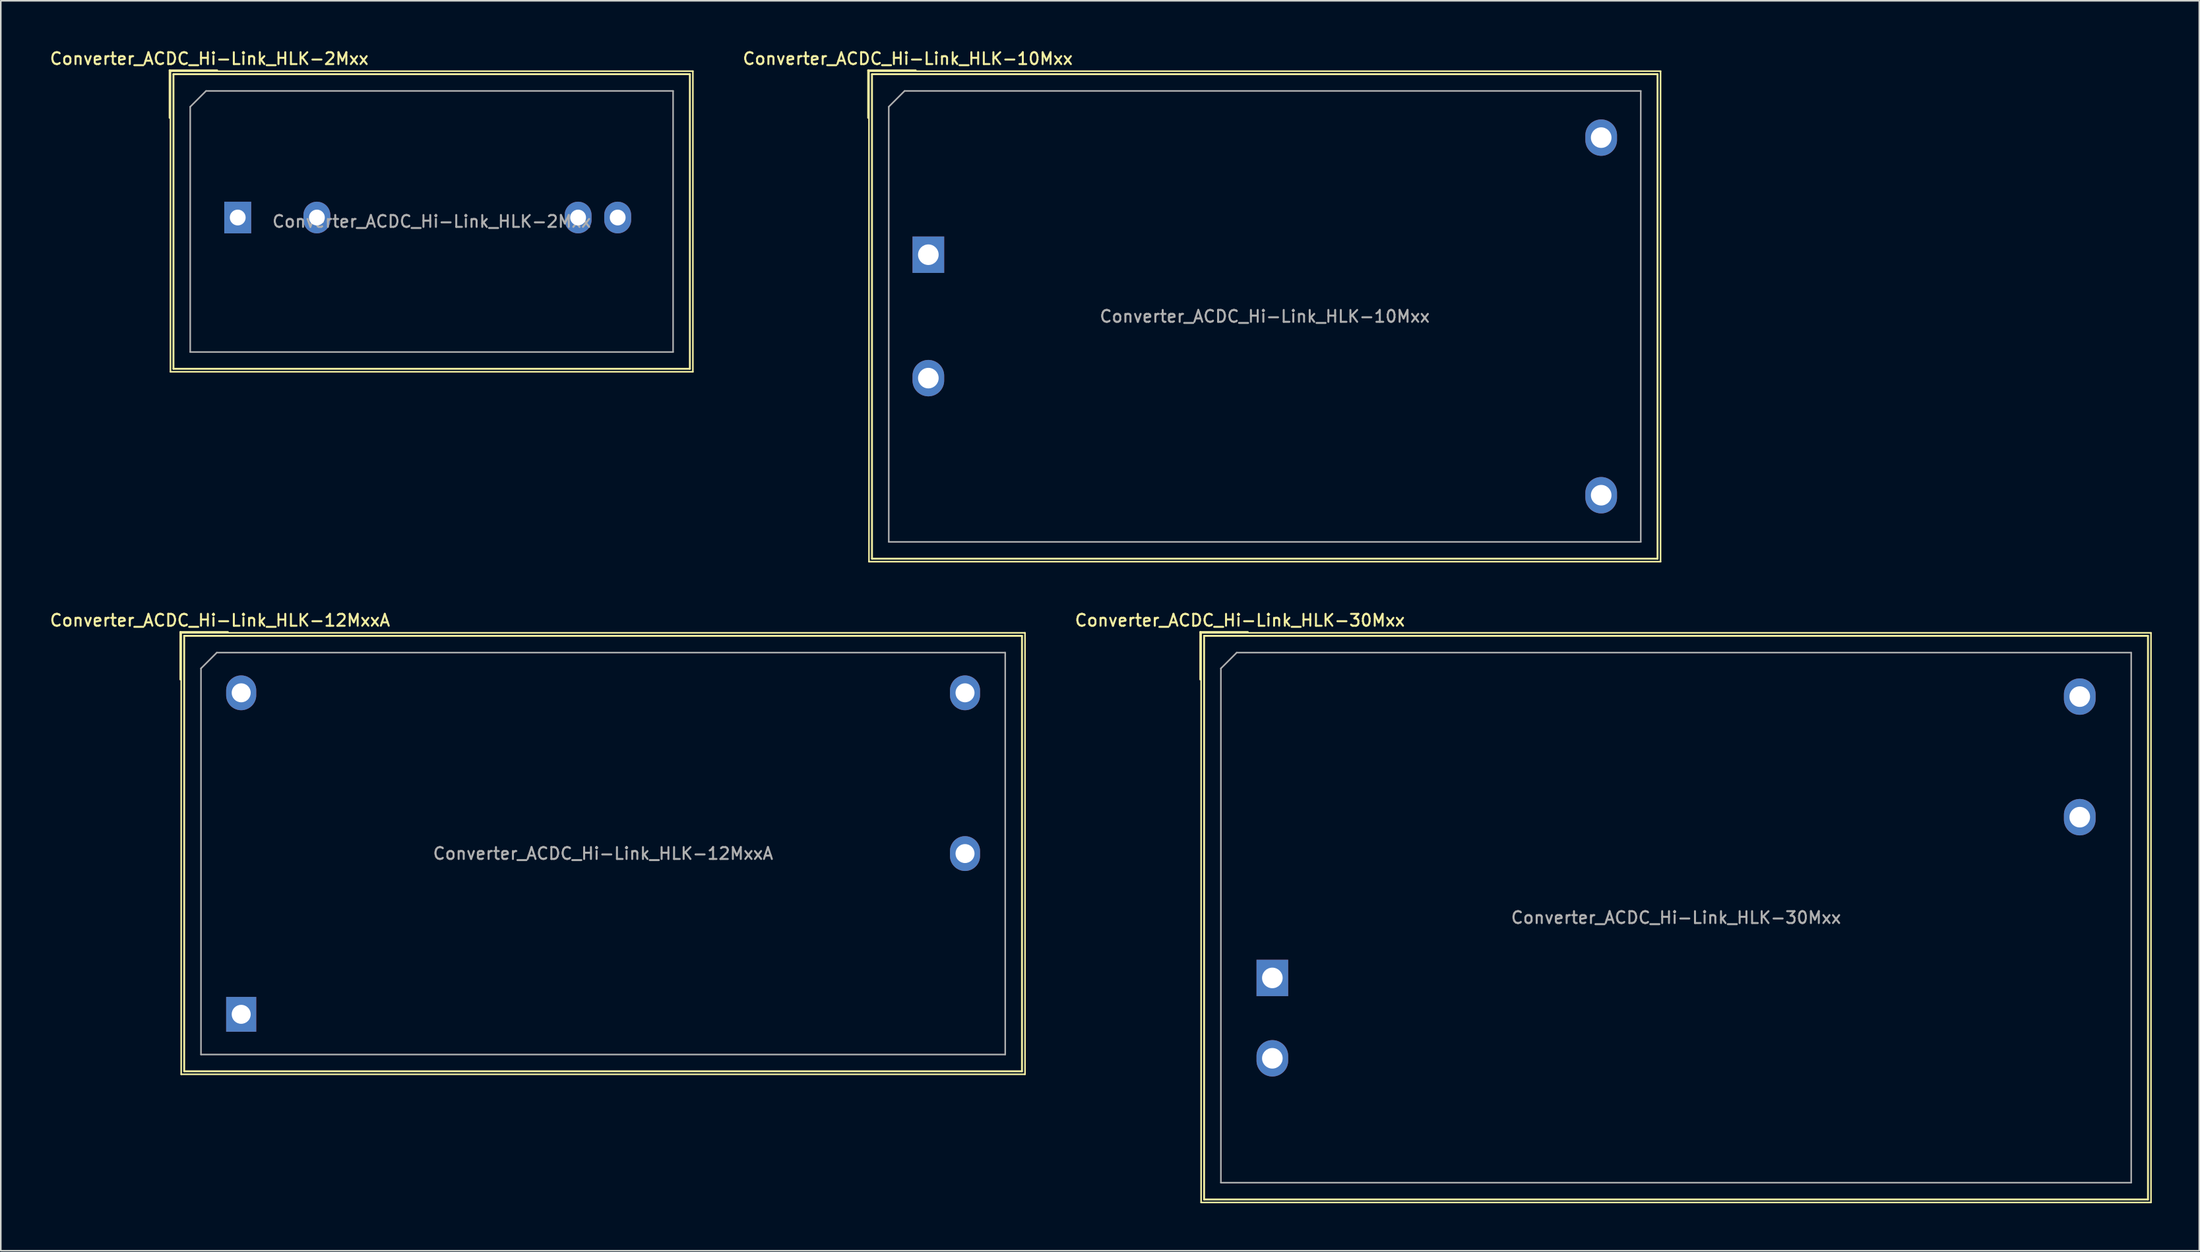
<source format=kicad_pcb>
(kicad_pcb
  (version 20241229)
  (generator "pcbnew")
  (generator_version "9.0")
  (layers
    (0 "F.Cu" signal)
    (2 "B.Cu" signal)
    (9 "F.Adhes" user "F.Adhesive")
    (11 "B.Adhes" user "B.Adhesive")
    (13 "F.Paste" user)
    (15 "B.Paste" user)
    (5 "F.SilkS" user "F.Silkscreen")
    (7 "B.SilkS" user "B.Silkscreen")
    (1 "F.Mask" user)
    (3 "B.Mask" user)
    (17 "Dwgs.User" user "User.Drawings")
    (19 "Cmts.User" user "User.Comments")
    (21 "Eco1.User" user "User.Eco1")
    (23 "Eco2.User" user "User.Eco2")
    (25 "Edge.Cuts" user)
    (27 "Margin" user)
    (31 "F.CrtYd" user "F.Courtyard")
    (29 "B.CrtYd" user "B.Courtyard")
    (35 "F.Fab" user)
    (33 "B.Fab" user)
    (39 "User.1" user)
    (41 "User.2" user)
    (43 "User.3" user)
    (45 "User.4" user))
  (footprint "Converter_ACDC_Hi-Link_HLK-2Mxx"
    (layer "F.Cu")
    (at 11.966 10.698)
    (property "Reference" "Converter_ACDC_Hi-Link_HLK-2Mxx" (at -1.8 -10.04 0) (layer "F.SilkS") (effects (font (size 0.75 0.75) (thickness 0.125))))
    (attr through_hole)
    (fp_line (start -4.3 -9.3) (end -1.3 -9.3) (stroke (width 0.12) (type solid)) (layer "F.SilkS"))
    (fp_line (start -4.3 -6.3) (end -4.3 -9.3) (stroke (width 0.12) (type solid)) (layer "F.SilkS"))
    (fp_line (start -4.25 -9.25) (end -4.25 9.75) (stroke (width 0.1) (type solid)) (layer "F.SilkS"))
    (fp_line (start -4.25 -9.25) (end 28.75 -9.25) (stroke (width 0.1) (type solid)) (layer "F.SilkS"))
    (fp_line (start -4.25 9.75) (end 28.75 9.75) (stroke (width 0.1) (type solid)) (layer "F.SilkS"))
    (fp_line (start -4.06 -9.06) (end -4.06 9.56) (stroke (width 0.12) (type solid)) (layer "F.SilkS"))
    (fp_line (start -4.06 -9.06) (end 28.56 -9.06) (stroke (width 0.12) (type solid)) (layer "F.SilkS"))
    (fp_line (start -4.06 9.56) (end 28.56 9.56) (stroke (width 0.12) (type solid)) (layer "F.SilkS"))
    (fp_line (start 28.56 -9.06) (end 28.56 9.56) (stroke (width 0.12) (type solid)) (layer "F.SilkS"))
    (fp_line (start 28.75 -9.25) (end 28.75 9.75) (stroke (width 0.1) (type solid)) (layer "F.SilkS"))
    (fp_line (start -3 -7) (end -2 -8) (stroke (width 0.1) (type solid)) (layer "F.Fab"))
    (fp_line (start -3 8.5) (end -3 -7) (stroke (width 0.1) (type solid)) (layer "F.Fab"))
    (fp_line (start -2 -8) (end 27.5 -8) (stroke (width 0.1) (type solid)) (layer "F.Fab"))
    (fp_line (start 27.5 -8) (end 27.5 8.5) (stroke (width 0.1) (type solid)) (layer "F.Fab"))
    (fp_line (start 27.5 8.5) (end -3 8.5) (stroke (width 0.1) (type solid)) (layer "F.Fab"))
    (fp_text user "${REFERENCE}" (at 12.25 0.25 0) (layer "F.Fab") (effects (font (size 0.75 0.75) (thickness 0.125))))
    (pad "1" thru_hole rect (at 0 0) (size 1.7 2) (drill 1) (layers "*.Cu" "*.Mask"))
    (pad "2" thru_hole oval (at 5 0) (size 1.7 2) (drill 1) (layers "*.Cu" "*.Mask"))
    (pad "3" thru_hole oval (at 21.5 0) (size 1.7 2) (drill 1) (layers "*.Cu" "*.Mask"))
    (pad "4" thru_hole oval (at 24 0) (size 1.7 2) (drill 1) (layers "*.Cu" "*.Mask")))
  (footprint "Converter_ACDC_Hi-Link_HLK-30Mxx"
    (layer "F.Cu")
    (at 77.318 58.756)
    (property "Reference" "Converter_ACDC_Hi-Link_HLK-30Mxx" (at -2.05 -22.6 0) (layer "F.SilkS") (effects (font (size 0.75 0.75) (thickness 0.125))))
    (attr through_hole)
    (fp_line (start -4.55 -21.86) (end -1.55 -21.86) (stroke (width 0.12) (type solid)) (layer "F.SilkS"))
    (fp_line (start -4.55 -18.86) (end -4.55 -21.86) (stroke (width 0.12) (type solid)) (layer "F.SilkS"))
    (fp_line (start -4.5 -21.81) (end -4.5 14.19) (stroke (width 0.1) (type solid)) (layer "F.SilkS"))
    (fp_line (start -4.5 -21.81) (end 55.5 -21.81) (stroke (width 0.1) (type solid)) (layer "F.SilkS"))
    (fp_line (start -4.5 14.19) (end 55.5 14.19) (stroke (width 0.1) (type solid)) (layer "F.SilkS"))
    (fp_line (start -4.31 -21.62) (end -4.31 14) (stroke (width 0.12) (type solid)) (layer "F.SilkS"))
    (fp_line (start -4.31 -21.62) (end 55.31 -21.62) (stroke (width 0.12) (type solid)) (layer "F.SilkS"))
    (fp_line (start -4.31 14) (end 55.31 14) (stroke (width 0.12) (type solid)) (layer "F.SilkS"))
    (fp_line (start 55.31 -21.62) (end 55.31 14) (stroke (width 0.12) (type solid)) (layer "F.SilkS"))
    (fp_line (start 55.5 -21.81) (end 55.5 14.19) (stroke (width 0.1) (type solid)) (layer "F.SilkS"))
    (fp_line (start -3.25 -19.56) (end -2.25 -20.56) (stroke (width 0.1) (type solid)) (layer "F.Fab"))
    (fp_line (start -3.25 12.94) (end -3.25 -19.56) (stroke (width 0.1) (type solid)) (layer "F.Fab"))
    (fp_line (start -2.25 -20.56) (end 54.25 -20.56) (stroke (width 0.1) (type solid)) (layer "F.Fab"))
    (fp_line (start 54.25 -20.56) (end 54.25 12.94) (stroke (width 0.1) (type solid)) (layer "F.Fab"))
    (fp_line (start 54.25 12.94) (end -3.25 12.94) (stroke (width 0.1) (type solid)) (layer "F.Fab"))
    (fp_text user "${REFERENCE}" (at 25.5 -3.81 0) (layer "F.Fab") (effects (font (size 0.75 0.75) (thickness 0.125))))
    (pad "1" thru_hole rect (at 0 0) (size 2 2.3) (drill 1.3) (layers "*.Cu" "*.Mask"))
    (pad "2" thru_hole oval (at 0 5.08) (size 2 2.3) (drill 1.3) (layers "*.Cu" "*.Mask"))
    (pad "3" thru_hole oval (at 51 -17.78) (size 2 2.3) (drill 1.3) (layers "*.Cu" "*.Mask"))
    (pad "6" thru_hole oval (at 51 -10.16) (size 2 2.3) (drill 1.3) (layers "*.Cu" "*.Mask")))
  (footprint "Converter_ACDC_Hi-Link_HLK-10Mxx"
    (layer "F.Cu")
    (at 55.589 13.048)
    (property "Reference" "Converter_ACDC_Hi-Link_HLK-10Mxx" (at -1.3 -12.39 0) (layer "F.SilkS") (effects (font (size 0.75 0.75) (thickness 0.125))))
    (attr through_hole)
    (fp_line (start -3.8 -11.65) (end -0.8 -11.65) (stroke (width 0.12) (type solid)) (layer "F.SilkS"))
    (fp_line (start -3.8 -8.65) (end -3.8 -11.65) (stroke (width 0.12) (type solid)) (layer "F.SilkS"))
    (fp_line (start -3.75 -11.6) (end -3.75 19.4) (stroke (width 0.1) (type solid)) (layer "F.SilkS"))
    (fp_line (start -3.75 -11.6) (end 46.25 -11.6) (stroke (width 0.1) (type solid)) (layer "F.SilkS"))
    (fp_line (start -3.75 19.4) (end 46.25 19.4) (stroke (width 0.1) (type solid)) (layer "F.SilkS"))
    (fp_line (start -3.56 -11.41) (end -3.56 19.21) (stroke (width 0.12) (type solid)) (layer "F.SilkS"))
    (fp_line (start -3.56 -11.41) (end 46.06 -11.41) (stroke (width 0.12) (type solid)) (layer "F.SilkS"))
    (fp_line (start -3.56 19.21) (end 46.06 19.21) (stroke (width 0.12) (type solid)) (layer "F.SilkS"))
    (fp_line (start 46.06 -11.41) (end 46.06 19.21) (stroke (width 0.12) (type solid)) (layer "F.SilkS"))
    (fp_line (start 46.25 -11.6) (end 46.25 19.4) (stroke (width 0.1) (type solid)) (layer "F.SilkS"))
    (fp_line (start -2.5 -9.35) (end -1.5 -10.35) (stroke (width 0.1) (type solid)) (layer "F.Fab"))
    (fp_line (start -2.5 18.15) (end -2.5 -9.35) (stroke (width 0.1) (type solid)) (layer "F.Fab"))
    (fp_line (start -1.5 -10.35) (end 45 -10.35) (stroke (width 0.1) (type solid)) (layer "F.Fab"))
    (fp_line (start 45 -10.35) (end 45 18.15) (stroke (width 0.1) (type solid)) (layer "F.Fab"))
    (fp_line (start 45 18.15) (end -2.5 18.15) (stroke (width 0.1) (type solid)) (layer "F.Fab"))
    (fp_text user "${REFERENCE}" (at 21.25 3.9 0) (layer "F.Fab") (effects (font (size 0.75 0.75) (thickness 0.125))))
    (pad "1" thru_hole rect (at 0 0) (size 2 2.3) (drill 1.3) (layers "*.Cu" "*.Mask"))
    (pad "2" thru_hole oval (at 0 7.8) (size 2 2.3) (drill 1.3) (layers "*.Cu" "*.Mask"))
    (pad "3" thru_hole oval (at 42.5 -7.4) (size 2 2.3) (drill 1.3) (layers "*.Cu" "*.Mask"))
    (pad "4" thru_hole oval (at 42.5 15.2) (size 2 2.3) (drill 1.3) (layers "*.Cu" "*.Mask")))
  (footprint "Converter_ACDC_Hi-Link_HLK-12MxxA"
    (layer "F.Cu")
    (at 12.185 61.056)
    (property "Reference" "Converter_ACDC_Hi-Link_HLK-12MxxA" (at -1.34 -24.9 0) (layer "F.SilkS") (effects (font (size 0.75 0.75) (thickness 0.125))))
    (attr through_hole)
    (fp_line (start -3.84 -24.16) (end -0.84 -24.16) (stroke (width 0.12) (type solid)) (layer "F.SilkS"))
    (fp_line (start -3.84 -21.16) (end -3.84 -24.16) (stroke (width 0.12) (type solid)) (layer "F.SilkS"))
    (fp_line (start -3.79 -24.11) (end -3.79 3.79) (stroke (width 0.1) (type solid)) (layer "F.SilkS"))
    (fp_line (start -3.79 -24.11) (end 49.51 -24.11) (stroke (width 0.1) (type solid)) (layer "F.SilkS"))
    (fp_line (start -3.79 3.79) (end 49.51 3.79) (stroke (width 0.1) (type solid)) (layer "F.SilkS"))
    (fp_line (start -3.6 -23.92) (end -3.6 3.6) (stroke (width 0.12) (type solid)) (layer "F.SilkS"))
    (fp_line (start -3.6 -23.92) (end 49.32 -23.92) (stroke (width 0.12) (type solid)) (layer "F.SilkS"))
    (fp_line (start -3.6 3.6) (end 49.32 3.6) (stroke (width 0.12) (type solid)) (layer "F.SilkS"))
    (fp_line (start 49.32 -23.92) (end 49.32 3.6) (stroke (width 0.12) (type solid)) (layer "F.SilkS"))
    (fp_line (start 49.51 -24.11) (end 49.51 3.79) (stroke (width 0.1) (type solid)) (layer "F.SilkS"))
    (fp_line (start -2.54 -21.86) (end -1.54 -22.86) (stroke (width 0.1) (type solid)) (layer "F.Fab"))
    (fp_line (start -2.54 2.54) (end -2.54 -21.86) (stroke (width 0.1) (type solid)) (layer "F.Fab"))
    (fp_line (start -1.54 -22.86) (end 48.26 -22.86) (stroke (width 0.1) (type solid)) (layer "F.Fab"))
    (fp_line (start 48.26 -22.86) (end 48.26 2.54) (stroke (width 0.1) (type solid)) (layer "F.Fab"))
    (fp_line (start 48.26 2.54) (end -2.54 2.54) (stroke (width 0.1) (type solid)) (layer "F.Fab"))
    (fp_text user "${REFERENCE}" (at 22.86 -10.16 0) (layer "F.Fab") (effects (font (size 0.75 0.75) (thickness 0.125))))
    (pad "1" thru_hole rect (at 0 0) (size 1.9 2.2) (drill 1.2) (layers "*.Cu" "*.Mask"))
    (pad "2" thru_hole oval (at 0 -20.32) (size 1.9 2.2) (drill 1.2) (layers "*.Cu" "*.Mask"))
    (pad "3" thru_hole oval (at 45.72 -20.32) (size 1.9 2.2) (drill 1.2) (layers "*.Cu" "*.Mask"))
    (pad "4" thru_hole oval (at 45.72 -10.16) (size 1.9 2.2) (drill 1.2) (layers "*.Cu" "*.Mask")))
  (gr_rect
    (start -3 -3)
    (end 135.868 75.996)
    (stroke (width 0.1) (type default))
    (fill no)
    (layer "Edge.Cuts")))
</source>
